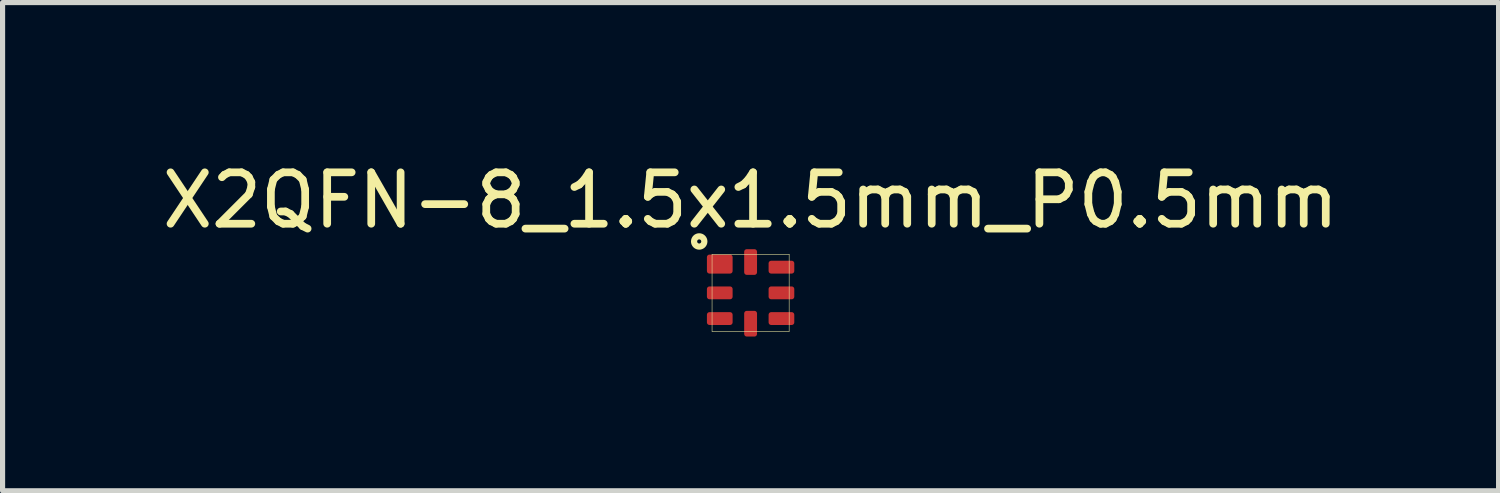
<source format=kicad_pcb>
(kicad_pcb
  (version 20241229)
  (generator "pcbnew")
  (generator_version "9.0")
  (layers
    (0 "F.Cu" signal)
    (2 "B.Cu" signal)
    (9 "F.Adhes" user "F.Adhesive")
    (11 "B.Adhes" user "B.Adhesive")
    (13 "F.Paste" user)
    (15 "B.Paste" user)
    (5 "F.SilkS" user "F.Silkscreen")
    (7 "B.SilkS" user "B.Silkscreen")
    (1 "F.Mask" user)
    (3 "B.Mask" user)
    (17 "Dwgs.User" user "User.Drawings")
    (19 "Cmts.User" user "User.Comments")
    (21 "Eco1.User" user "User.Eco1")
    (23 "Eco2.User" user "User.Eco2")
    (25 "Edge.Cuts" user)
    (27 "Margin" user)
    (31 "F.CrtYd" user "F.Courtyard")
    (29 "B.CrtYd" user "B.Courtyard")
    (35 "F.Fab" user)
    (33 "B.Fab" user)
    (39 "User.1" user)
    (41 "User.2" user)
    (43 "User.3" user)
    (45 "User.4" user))
  (footprint "X2QFN-8_1.5x1.5mm_P0.5mm"
    (layer "F.Cu")
    (at 11.554 2.648)
    (property "Reference" "X2QFN-8_1.5x1.5mm_P0.5mm" (at 0 -1.8 0) (layer "F.SilkS") (effects (font (size 1 1) (thickness 0.15))))
    (attr smd)
    (fp_line (start -0.75 0.75) (end -0.75 -0.75) (stroke (width 0.01) (type solid)) (layer "F.SilkS"))
    (fp_line (start 0.75 -0.75) (end -0.75 -0.75) (stroke (width 0.01) (type solid)) (layer "F.SilkS"))
    (fp_line (start 0.75 0.75) (end -0.75 0.75) (stroke (width 0.01) (type solid)) (layer "F.SilkS"))
    (fp_line (start 0.75 0.75) (end 0.75 -0.75) (stroke (width 0.01) (type solid)) (layer "F.SilkS"))
    (fp_circle (center -1 -1) (end -0.9 -1) (stroke (width 0.12) (type solid)) (fill no) (layer "F.SilkS"))
    (pad "1" smd roundrect (at -0.6 -0.56 90) (size 0.37 0.5) (layers "F.Cu" "F.Mask" "F.Paste") (roundrect_rratio 0.135))
    (pad "2" smd roundrect (at -0.6 0 90) (size 0.25 0.5) (layers "F.Cu" "F.Mask" "F.Paste") (roundrect_rratio 0.2))
    (pad "3" smd roundrect (at -0.6 0.5 90) (size 0.25 0.5) (layers "F.Cu" "F.Mask" "F.Paste") (roundrect_rratio 0.2))
    (pad "4" smd roundrect (at 0 0.6 180) (size 0.25 0.5) (layers "F.Cu" "F.Mask" "F.Paste") (roundrect_rratio 0.2))
    (pad "5" smd roundrect (at 0.6 0.5 90) (size 0.25 0.5) (layers "F.Cu" "F.Mask" "F.Paste") (roundrect_rratio 0.2))
    (pad "6" smd roundrect (at 0.6 0 90) (size 0.25 0.5) (layers "F.Cu" "F.Mask" "F.Paste") (roundrect_rratio 0.2))
    (pad "7" smd roundrect (at 0.6 -0.5 90) (size 0.25 0.5) (layers "F.Cu" "F.Mask" "F.Paste") (roundrect_rratio 0.2))
    (pad "8" smd roundrect (at 0 -0.6 180) (size 0.25 0.5) (layers "F.Cu" "F.Mask" "F.Paste") (roundrect_rratio 0.2)))
  (gr_rect
    (start -3 -3)
    (end 26.107 6.498)
    (stroke (width 0.1) (type default))
    (fill no)
    (layer "Edge.Cuts")))
</source>
